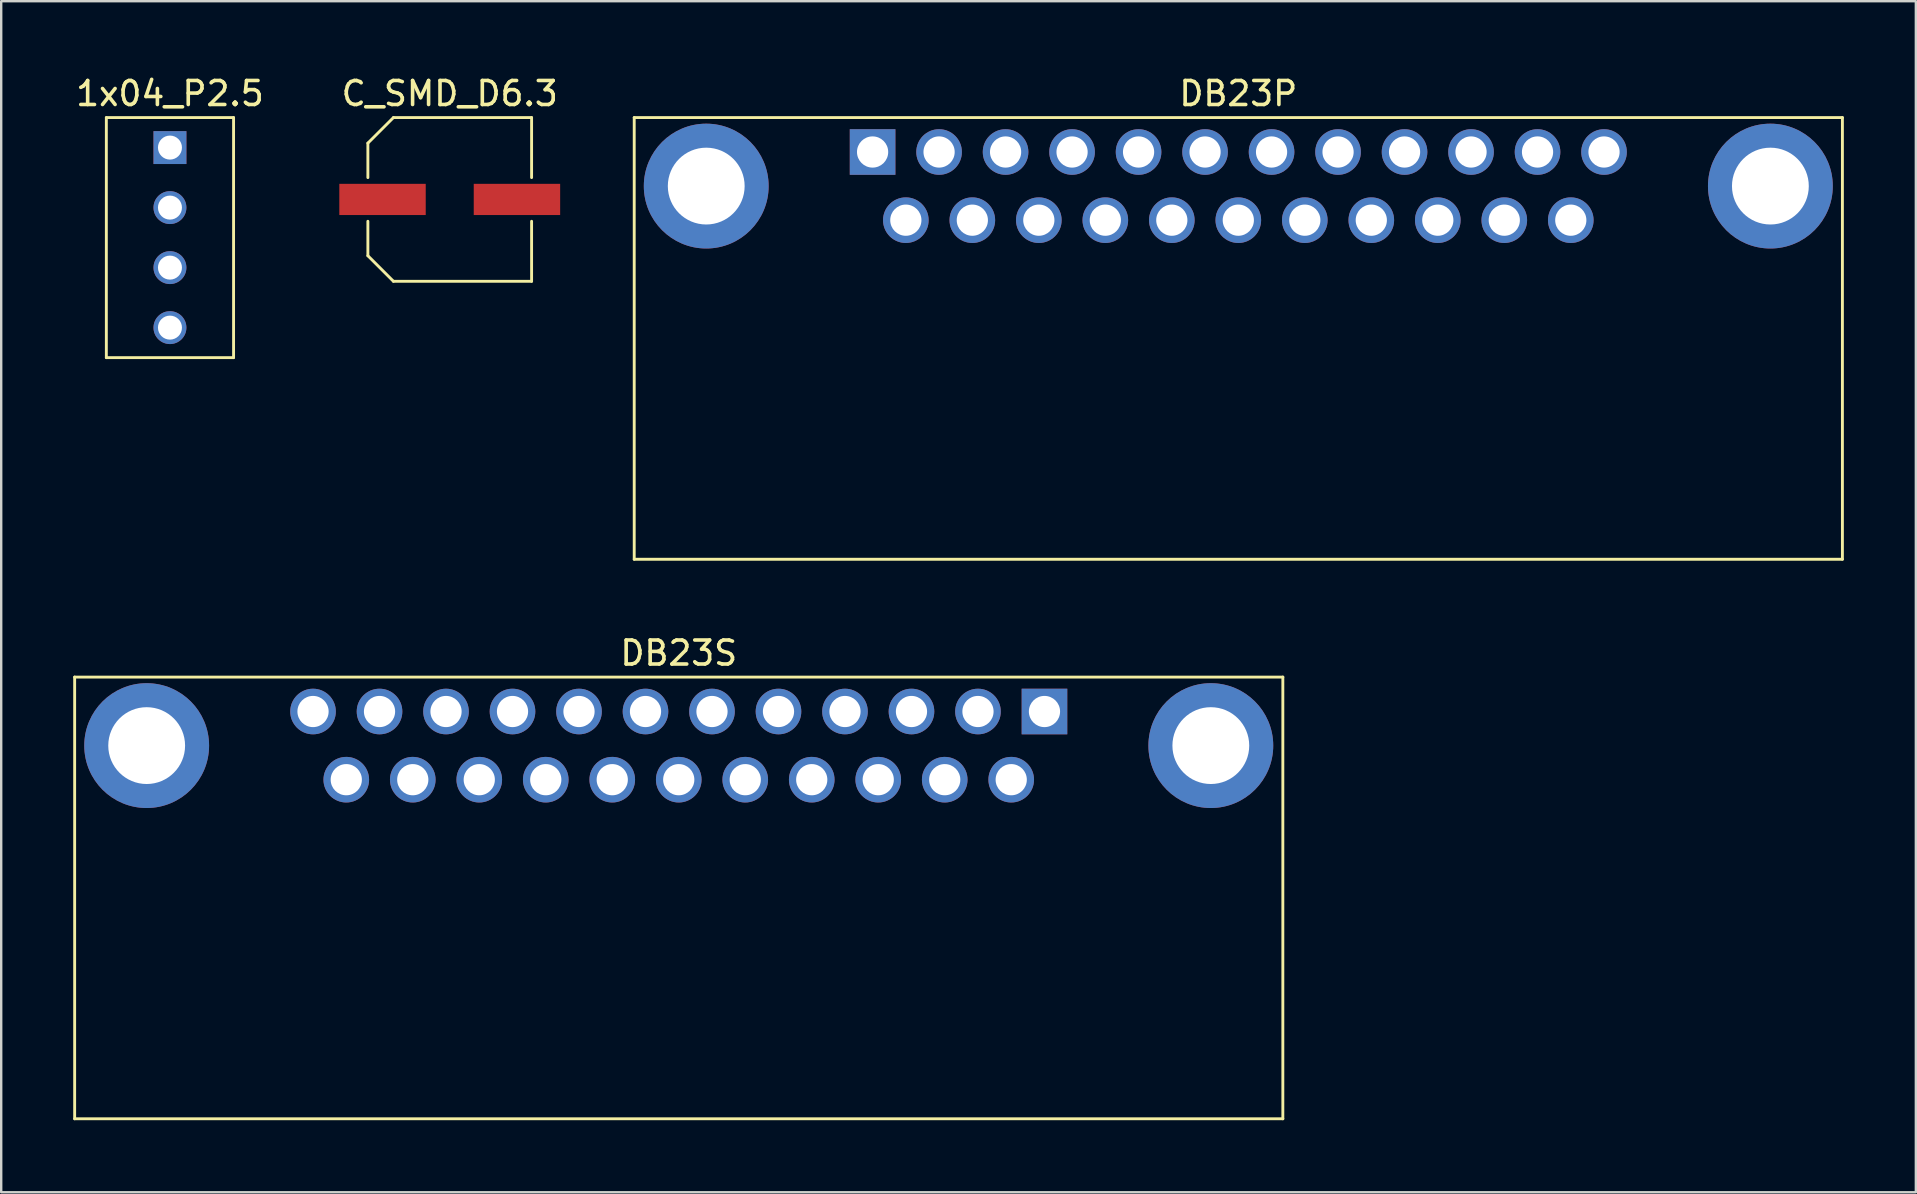
<source format=kicad_pcb>
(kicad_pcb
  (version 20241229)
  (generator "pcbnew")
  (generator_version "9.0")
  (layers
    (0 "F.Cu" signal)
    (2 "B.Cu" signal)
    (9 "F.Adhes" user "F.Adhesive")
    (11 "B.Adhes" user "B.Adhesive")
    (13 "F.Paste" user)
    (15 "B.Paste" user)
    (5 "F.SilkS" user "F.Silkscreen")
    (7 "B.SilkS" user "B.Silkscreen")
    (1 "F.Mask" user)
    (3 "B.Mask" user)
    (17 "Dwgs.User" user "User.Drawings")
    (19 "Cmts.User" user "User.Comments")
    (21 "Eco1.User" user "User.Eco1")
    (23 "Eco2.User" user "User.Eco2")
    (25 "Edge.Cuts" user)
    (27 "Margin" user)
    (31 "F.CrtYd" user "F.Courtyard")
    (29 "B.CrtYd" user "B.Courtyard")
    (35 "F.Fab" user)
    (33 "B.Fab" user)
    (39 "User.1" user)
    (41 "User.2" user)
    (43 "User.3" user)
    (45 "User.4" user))
  (footprint "DB23P"
    (layer "F.Cu")
    (at 33.3 3.282)
    (property "Reference" "DB23P" (at 15.235 -2.434 0) (layer "F.SilkS") (effects (font (size 1 1) (thickness 0.15))))
    (attr through_hole)
    (fp_line (start -9.93 -1.434) (end 40.4 -1.434) (stroke (width 0.12) (type solid)) (layer "F.SilkS"))
    (fp_line (start -9.93 16.966) (end -9.93 -1.434) (stroke (width 0.12) (type solid)) (layer "F.SilkS"))
    (fp_line (start 40.4 -1.434) (end 40.4 16.966) (stroke (width 0.12) (type solid)) (layer "F.SilkS"))
    (fp_line (start 40.4 16.966) (end -9.93 16.966) (stroke (width 0.12) (type solid)) (layer "F.SilkS"))
    (pad "0" thru_hole circle (at -6.93 1.42) (size 5.2 5.2) (drill 3.2) (layers "*.Cu" "*.Mask"))
    (pad "0" thru_hole circle (at 37.4 1.42) (size 5.2 5.2) (drill 3.2) (layers "*.Cu" "*.Mask"))
    (pad "1" thru_hole rect (at 0 0) (size 1.9 1.9) (drill 1.3) (layers "*.Cu" "*.Mask"))
    (pad "2" thru_hole circle (at 2.77 0) (size 1.9 1.9) (drill 1.3) (layers "*.Cu" "*.Mask"))
    (pad "3" thru_hole circle (at 5.54 0) (size 1.9 1.9) (drill 1.3) (layers "*.Cu" "*.Mask"))
    (pad "4" thru_hole circle (at 8.31 0) (size 1.9 1.9) (drill 1.3) (layers "*.Cu" "*.Mask"))
    (pad "5" thru_hole circle (at 11.08 0) (size 1.9 1.9) (drill 1.3) (layers "*.Cu" "*.Mask"))
    (pad "6" thru_hole circle (at 13.85 0) (size 1.9 1.9) (drill 1.3) (layers "*.Cu" "*.Mask"))
    (pad "7" thru_hole circle (at 16.62 0) (size 1.9 1.9) (drill 1.3) (layers "*.Cu" "*.Mask"))
    (pad "8" thru_hole circle (at 19.39 0) (size 1.9 1.9) (drill 1.3) (layers "*.Cu" "*.Mask"))
    (pad "9" thru_hole circle (at 22.16 0) (size 1.9 1.9) (drill 1.3) (layers "*.Cu" "*.Mask"))
    (pad "10" thru_hole circle (at 24.93 0) (size 1.9 1.9) (drill 1.3) (layers "*.Cu" "*.Mask"))
    (pad "11" thru_hole circle (at 27.7 0) (size 1.9 1.9) (drill 1.3) (layers "*.Cu" "*.Mask"))
    (pad "12" thru_hole circle (at 30.47 0) (size 1.9 1.9) (drill 1.3) (layers "*.Cu" "*.Mask"))
    (pad "13" thru_hole circle (at 1.385 2.84) (size 1.9 1.9) (drill 1.3) (layers "*.Cu" "*.Mask"))
    (pad "14" thru_hole circle (at 4.155 2.84) (size 1.9 1.9) (drill 1.3) (layers "*.Cu" "*.Mask"))
    (pad "15" thru_hole circle (at 6.925 2.84) (size 1.9 1.9) (drill 1.3) (layers "*.Cu" "*.Mask"))
    (pad "16" thru_hole circle (at 9.695 2.84) (size 1.9 1.9) (drill 1.3) (layers "*.Cu" "*.Mask"))
    (pad "17" thru_hole circle (at 12.465 2.84) (size 1.9 1.9) (drill 1.3) (layers "*.Cu" "*.Mask"))
    (pad "18" thru_hole circle (at 15.235 2.84) (size 1.9 1.9) (drill 1.3) (layers "*.Cu" "*.Mask"))
    (pad "19" thru_hole circle (at 18.005 2.84) (size 1.9 1.9) (drill 1.3) (layers "*.Cu" "*.Mask"))
    (pad "20" thru_hole circle (at 20.775 2.84) (size 1.9 1.9) (drill 1.3) (layers "*.Cu" "*.Mask"))
    (pad "21" thru_hole circle (at 23.545 2.84) (size 1.9 1.9) (drill 1.3) (layers "*.Cu" "*.Mask"))
    (pad "22" thru_hole circle (at 26.315 2.84) (size 1.9 1.9) (drill 1.3) (layers "*.Cu" "*.Mask"))
    (pad "23" thru_hole circle (at 29.085 2.84) (size 1.9 1.9) (drill 1.3) (layers "*.Cu" "*.Mask")))
  (footprint "1x04_P2.5"
    (layer "F.Cu")
    (at 4.03 3.098)
    (property "Reference" "1x04_P2.5" (at 0 -2.25 0) (layer "F.SilkS") (effects (font (size 1 1) (thickness 0.15))))
    (attr through_hole)
    (fp_line (start -2.65 -1.25) (end 2.65 -1.25) (stroke (width 0.12) (type solid)) (layer "F.SilkS"))
    (fp_line (start -2.65 8.75) (end -2.65 -1.25) (stroke (width 0.12) (type solid)) (layer "F.SilkS"))
    (fp_line (start 2.65 -1.25) (end 2.65 8.75) (stroke (width 0.12) (type solid)) (layer "F.SilkS"))
    (fp_line (start 2.65 8.75) (end -2.65 8.75) (stroke (width 0.12) (type solid)) (layer "F.SilkS"))
    (pad "1" thru_hole rect (at 0 0) (size 1.37 1.37) (drill 1) (layers "*.Cu" "*.Mask"))
    (pad "2" thru_hole circle (at 0 2.5) (size 1.37 1.37) (drill 1) (layers "*.Cu" "*.Mask"))
    (pad "3" thru_hole circle (at 0 5) (size 1.37 1.37) (drill 1) (layers "*.Cu" "*.Mask"))
    (pad "4" thru_hole circle (at 0 7.5) (size 1.37 1.37) (drill 1) (layers "*.Cu" "*.Mask")))
  (footprint "C_SMD_D6.3"
    (layer "F.Cu")
    (at 15.685 5.258)
    (property "Reference" "C_SMD_D6.3" (at 0 -4.41 0) (layer "F.SilkS") (effects (font (size 1 1) (thickness 0.15))))
    (attr smd)
    (fp_line (start -3.41 -2.346) (end -3.41 -0.91) (stroke (width 0.12) (type solid)) (layer "F.SilkS"))
    (fp_line (start -3.41 -2.346) (end -2.346 -3.41) (stroke (width 0.12) (type solid)) (layer "F.SilkS"))
    (fp_line (start -3.41 2.346) (end -3.41 0.91) (stroke (width 0.12) (type solid)) (layer "F.SilkS"))
    (fp_line (start -3.41 2.346) (end -2.346 3.41) (stroke (width 0.12) (type solid)) (layer "F.SilkS"))
    (fp_line (start -2.346 -3.41) (end 3.41 -3.41) (stroke (width 0.12) (type solid)) (layer "F.SilkS"))
    (fp_line (start -2.346 3.41) (end 3.41 3.41) (stroke (width 0.12) (type solid)) (layer "F.SilkS"))
    (fp_line (start 3.41 -3.41) (end 3.41 -0.91) (stroke (width 0.12) (type solid)) (layer "F.SilkS"))
    (fp_line (start 3.41 3.41) (end 3.41 0.91) (stroke (width 0.12) (type solid)) (layer "F.SilkS"))
    (pad "1" smd rect (at -2.8 0) (size 3.6 1.3) (layers "F.Cu" "F.Mask" "F.Paste"))
    (pad "2" smd rect (at 2.8 0) (size 3.6 1.3) (layers "F.Cu" "F.Mask" "F.Paste")))
  (footprint "DB23S"
    (layer "F.Cu")
    (at 40.46 26.59)
    (property "Reference" "DB23S" (at -15.235 -2.434 0) (layer "F.SilkS") (effects (font (size 1 1) (thickness 0.15))))
    (attr through_hole)
    (fp_line (start -40.4 -1.434) (end 9.93 -1.434) (stroke (width 0.12) (type solid)) (layer "F.SilkS"))
    (fp_line (start -40.4 16.966) (end -40.4 -1.434) (stroke (width 0.12) (type solid)) (layer "F.SilkS"))
    (fp_line (start 9.93 -1.434) (end 9.93 16.966) (stroke (width 0.12) (type solid)) (layer "F.SilkS"))
    (fp_line (start 9.93 16.966) (end -40.4 16.966) (stroke (width 0.12) (type solid)) (layer "F.SilkS"))
    (pad "0" thru_hole circle (at -37.4 1.42) (size 5.2 5.2) (drill 3.2) (layers "*.Cu" "*.Mask"))
    (pad "0" thru_hole circle (at 6.93 1.42) (size 5.2 5.2) (drill 3.2) (layers "*.Cu" "*.Mask"))
    (pad "1" thru_hole rect (at 0 0) (size 1.9 1.9) (drill 1.3) (layers "*.Cu" "*.Mask"))
    (pad "2" thru_hole circle (at -2.77 0) (size 1.9 1.9) (drill 1.3) (layers "*.Cu" "*.Mask"))
    (pad "3" thru_hole circle (at -5.54 0) (size 1.9 1.9) (drill 1.3) (layers "*.Cu" "*.Mask"))
    (pad "4" thru_hole circle (at -8.31 0) (size 1.9 1.9) (drill 1.3) (layers "*.Cu" "*.Mask"))
    (pad "5" thru_hole circle (at -11.08 0) (size 1.9 1.9) (drill 1.3) (layers "*.Cu" "*.Mask"))
    (pad "6" thru_hole circle (at -13.85 0) (size 1.9 1.9) (drill 1.3) (layers "*.Cu" "*.Mask"))
    (pad "7" thru_hole circle (at -16.62 0) (size 1.9 1.9) (drill 1.3) (layers "*.Cu" "*.Mask"))
    (pad "8" thru_hole circle (at -19.39 0) (size 1.9 1.9) (drill 1.3) (layers "*.Cu" "*.Mask"))
    (pad "9" thru_hole circle (at -22.16 0) (size 1.9 1.9) (drill 1.3) (layers "*.Cu" "*.Mask"))
    (pad "10" thru_hole circle (at -24.93 0) (size 1.9 1.9) (drill 1.3) (layers "*.Cu" "*.Mask"))
    (pad "11" thru_hole circle (at -27.7 0) (size 1.9 1.9) (drill 1.3) (layers "*.Cu" "*.Mask"))
    (pad "12" thru_hole circle (at -30.47 0) (size 1.9 1.9) (drill 1.3) (layers "*.Cu" "*.Mask"))
    (pad "13" thru_hole circle (at -1.385 2.84) (size 1.9 1.9) (drill 1.3) (layers "*.Cu" "*.Mask"))
    (pad "14" thru_hole circle (at -4.155 2.84) (size 1.9 1.9) (drill 1.3) (layers "*.Cu" "*.Mask"))
    (pad "15" thru_hole circle (at -6.925 2.84) (size 1.9 1.9) (drill 1.3) (layers "*.Cu" "*.Mask"))
    (pad "16" thru_hole circle (at -9.695 2.84) (size 1.9 1.9) (drill 1.3) (layers "*.Cu" "*.Mask"))
    (pad "17" thru_hole circle (at -12.465 2.84) (size 1.9 1.9) (drill 1.3) (layers "*.Cu" "*.Mask"))
    (pad "18" thru_hole circle (at -15.235 2.84) (size 1.9 1.9) (drill 1.3) (layers "*.Cu" "*.Mask"))
    (pad "19" thru_hole circle (at -18.005 2.84) (size 1.9 1.9) (drill 1.3) (layers "*.Cu" "*.Mask"))
    (pad "20" thru_hole circle (at -20.775 2.84) (size 1.9 1.9) (drill 1.3) (layers "*.Cu" "*.Mask"))
    (pad "21" thru_hole circle (at -23.545 2.84) (size 1.9 1.9) (drill 1.3) (layers "*.Cu" "*.Mask"))
    (pad "22" thru_hole circle (at -26.315 2.84) (size 1.9 1.9) (drill 1.3) (layers "*.Cu" "*.Mask"))
    (pad "23" thru_hole circle (at -29.085 2.84) (size 1.9 1.9) (drill 1.3) (layers "*.Cu" "*.Mask")))
  (gr_rect
    (start -3 -3)
    (end 76.76 46.617)
    (stroke (width 0.1) (type default))
    (fill no)
    (layer "Edge.Cuts")))
</source>
